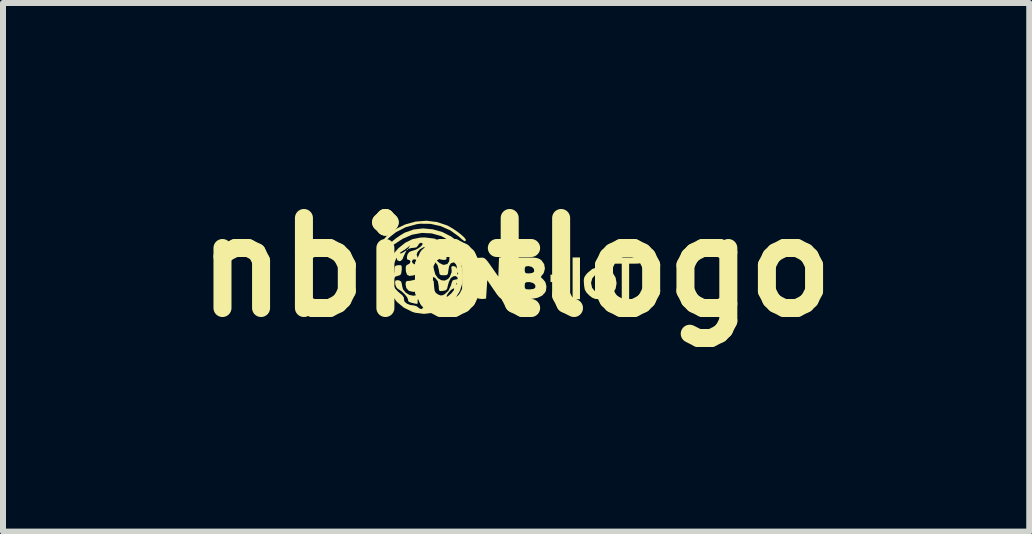
<source format=kicad_pcb>
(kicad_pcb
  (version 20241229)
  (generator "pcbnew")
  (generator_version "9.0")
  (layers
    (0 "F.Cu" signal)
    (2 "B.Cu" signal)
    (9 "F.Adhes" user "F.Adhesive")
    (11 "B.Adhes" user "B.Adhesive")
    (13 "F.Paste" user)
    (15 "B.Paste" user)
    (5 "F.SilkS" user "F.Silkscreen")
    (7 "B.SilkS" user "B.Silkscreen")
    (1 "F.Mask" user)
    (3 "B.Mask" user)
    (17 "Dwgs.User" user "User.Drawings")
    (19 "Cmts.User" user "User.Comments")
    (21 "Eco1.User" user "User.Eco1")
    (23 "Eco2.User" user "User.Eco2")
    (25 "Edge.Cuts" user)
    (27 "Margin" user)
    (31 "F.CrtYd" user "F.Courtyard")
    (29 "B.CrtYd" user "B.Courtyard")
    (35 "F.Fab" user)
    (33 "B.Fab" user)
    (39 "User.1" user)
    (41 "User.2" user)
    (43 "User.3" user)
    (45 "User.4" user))
  (footprint "nbiotlogo"
    (layer "F.Cu")
    (at 5.55 1.404)
    (property "Reference" "nbiotlogo" (at 0 0 0) (layer "F.SilkS") (effects (font (size 1.5 1.5) (thickness 0.3))))
    (attr board_only exclude_from_pos_files exclude_from_bom)
    (fp_poly (pts (xy -1.801 -0.297) (xy -1.811 -0.287) (xy -1.822 -0.297) (xy -1.811 -0.307)) (stroke (width 0) (type solid)) (fill yes) (layer "F.SilkS"))
    (fp_poly (pts (xy 2.149 -0.154) (xy 2.139 -0.143) (xy 2.129 -0.154) (xy 2.139 -0.164)) (stroke (width 0) (type solid)) (fill yes) (layer "F.SilkS"))
    (fp_poly (pts (xy 0.839 0.184) (xy 0.839 0.246) (xy 0.706 0.246) (xy 0.573 0.246) (xy 0.573 0.184) (xy 0.573 0.123) (xy 0.706 0.123) (xy 0.839 0.123)) (stroke (width 0) (type solid)) (fill yes) (layer "F.SilkS"))
    (fp_poly (pts (xy 1.064 0.184) (xy 1.064 0.532) (xy 1.003 0.532) (xy 0.941 0.532) (xy 0.941 0.184) (xy 0.941 -0.164) (xy 1.003 -0.164) (xy 1.064 -0.164)) (stroke (width 0) (type solid)) (fill yes) (layer "F.SilkS"))
    (fp_poly (pts (xy 2.22 -0.148) (xy 2.219 -0.14) (xy 2.202 -0.123) (xy 2.2 -0.123) (xy 2.184 -0.137) (xy 2.182 -0.14) (xy 2.188 -0.155) (xy 2.2 -0.157)) (stroke (width 0) (type solid)) (fill yes) (layer "F.SilkS"))
    (fp_poly (pts (xy 2.088 -0.113) (xy 2.084 -0.082) (xy 2.067 -0.067) (xy 2.026 -0.062) (xy 1.985 -0.061) (xy 1.883 -0.061) (xy 1.883 0.235) (xy 1.883 0.532) (xy 1.822 0.532) (xy 1.76 0.532) (xy 1.76 0.235) (xy 1.76 -0.061) (xy 1.648 -0.061) (xy 1.583 -0.063) (xy 1.55 -0.07) (xy 1.537 -0.087) (xy 1.535 -0.113) (xy 1.535 -0.164) (xy 1.811 -0.164) (xy 2.088 -0.164)) (stroke (width 0) (type solid)) (fill yes) (layer "F.SilkS"))
    (fp_poly (pts (xy -1.389 -0.633) (xy -1.23 -0.588) (xy -1.083 -0.513) (xy -1.003 -0.454) (xy -0.961 -0.415) (xy -0.949 -0.393) (xy -0.963 -0.38) (xy -0.965 -0.379) (xy -1.005 -0.383) (xy -1.066 -0.415) (xy -1.098 -0.437) (xy -1.247 -0.52) (xy -1.407 -0.565) (xy -1.571 -0.573) (xy -1.734 -0.543) (xy -1.891 -0.475) (xy -1.979 -0.417) (xy -2.037 -0.379) (xy -2.074 -0.37) (xy -2.097 -0.387) (xy -2.088 -0.408) (xy -2.052 -0.443) (xy -1.998 -0.486) (xy -1.934 -0.53) (xy -1.87 -0.569) (xy -1.852 -0.579) (xy -1.708 -0.63) (xy -1.551 -0.648)) (stroke (width 0) (type solid)) (fill yes) (layer "F.SilkS"))
    (fp_poly (pts (xy -1.317 -0.754) (xy -1.149 -0.698) (xy -1.126 -0.686) (xy -1.058 -0.647) (xy -0.987 -0.599) (xy -0.921 -0.549) (xy -0.87 -0.503) (xy -0.842 -0.469) (xy -0.839 -0.46) (xy -0.843 -0.437) (xy -0.859 -0.435) (xy -0.892 -0.457) (xy -0.948 -0.506) (xy -0.956 -0.514) (xy -1.096 -0.615) (xy -1.256 -0.686) (xy -1.427 -0.724) (xy -1.601 -0.726) (xy -1.658 -0.718) (xy -1.843 -0.667) (xy -2.002 -0.585) (xy -2.094 -0.513) (xy -2.153 -0.461) (xy -2.189 -0.435) (xy -2.207 -0.434) (xy -2.21 -0.449) (xy -2.197 -0.475) (xy -2.163 -0.514) (xy -2.154 -0.523) (xy -2.011 -0.635) (xy -1.848 -0.714) (xy -1.674 -0.762) (xy -1.494 -0.776)) (stroke (width 0) (type solid)) (fill yes) (layer "F.SilkS"))
    (fp_poly (pts (xy -0.102 0.184) (xy -0.102 0.532) (xy -0.184 0.532) (xy -0.223 0.53) (xy -0.253 0.521) (xy -0.282 0.497) (xy -0.318 0.453) (xy -0.367 0.382) (xy -0.373 0.374) (xy -0.481 0.215) (xy -0.491 0.368) (xy -0.501 0.522) (xy -0.565 0.528) (xy -0.62 0.523) (xy -0.652 0.505) (xy -0.662 0.475) (xy -0.669 0.415) (xy -0.672 0.32) (xy -0.671 0.187) (xy -0.671 0.161) (xy -0.665 -0.154) (xy -0.593 -0.16) (xy -0.558 -0.161) (xy -0.53 -0.153) (xy -0.501 -0.129) (xy -0.465 -0.085) (xy -0.414 -0.013) (xy -0.409 -0.006) (xy -0.297 0.154) (xy -0.291 -0.005) (xy -0.285 -0.164) (xy -0.194 -0.164) (xy -0.102 -0.164)) (stroke (width 0) (type solid)) (fill yes) (layer "F.SilkS"))
    (fp_poly (pts (xy 1.455 -0.005) (xy 1.544 0.03) (xy 1.605 0.083) (xy 1.658 0.173) (xy 1.674 0.266) (xy 1.658 0.355) (xy 1.613 0.433) (xy 1.542 0.492) (xy 1.449 0.527) (xy 1.388 0.532) (xy 1.319 0.527) (xy 1.267 0.506) (xy 1.214 0.464) (xy 1.169 0.417) (xy 1.144 0.37) (xy 1.133 0.307) (xy 1.131 0.283) (xy 1.13 0.266) (xy 1.249 0.266) (xy 1.265 0.34) (xy 1.308 0.393) (xy 1.369 0.421) (xy 1.435 0.42) (xy 1.499 0.387) (xy 1.52 0.366) (xy 1.552 0.299) (xy 1.548 0.225) (xy 1.51 0.158) (xy 1.505 0.153) (xy 1.442 0.112) (xy 1.375 0.107) (xy 1.314 0.132) (xy 1.269 0.183) (xy 1.249 0.256) (xy 1.249 0.266) (xy 1.13 0.266) (xy 1.127 0.215) (xy 1.135 0.169) (xy 1.16 0.128) (xy 1.187 0.096) (xy 1.269 0.028) (xy 1.361 -0.005)) (stroke (width 0) (type solid)) (fill yes) (layer "F.SilkS"))
    (fp_poly (pts (xy 0.258 -0.163) (xy 0.322 -0.159) (xy 0.365 -0.15) (xy 0.397 -0.135) (xy 0.423 -0.115) (xy 0.467 -0.053) (xy 0.48 0.021) (xy 0.461 0.093) (xy 0.44 0.122) (xy 0.415 0.154) (xy 0.419 0.175) (xy 0.446 0.196) (xy 0.487 0.247) (xy 0.505 0.317) (xy 0.497 0.389) (xy 0.482 0.421) (xy 0.432 0.473) (xy 0.358 0.508) (xy 0.255 0.527) (xy 0.134 0.532) (xy -0.041 0.532) (xy -0.041 0.307) (xy 0.143 0.307) (xy 0.146 0.346) (xy 0.164 0.364) (xy 0.207 0.368) (xy 0.226 0.368) (xy 0.292 0.36) (xy 0.32 0.337) (xy 0.319 0.295) (xy 0.284 0.262) (xy 0.226 0.246) (xy 0.212 0.246) (xy 0.165 0.249) (xy 0.147 0.268) (xy 0.143 0.307) (xy -0.041 0.307) (xy -0.041 0.184) (xy -0.041 0.041) (xy 0.143 0.041) (xy 0.147 0.082) (xy 0.167 0.099) (xy 0.216 0.102) (xy 0.274 0.093) (xy 0.3 0.071) (xy 0.298 0.029) (xy 0.265 -0.005) (xy 0.21 -0.02) (xy 0.202 -0.02) (xy 0.16 -0.015) (xy 0.145 0.01) (xy 0.143 0.041) (xy -0.041 0.041) (xy -0.041 -0.164) (xy 0.163 -0.164)) (stroke (width 0) (type solid)) (fill yes) (layer "F.SilkS"))
    (fp_poly (pts (xy -1.365 -0.479) (xy -1.22 -0.423) (xy -1.095 -0.332) (xy -0.993 -0.21) (xy -0.944 -0.123) (xy -0.903 0.002) (xy -0.889 0.141) (xy -0.901 0.279) (xy -0.935 0.391) (xy -1.015 0.522) (xy -1.122 0.629) (xy -1.249 0.709) (xy -1.389 0.759) (xy -1.536 0.776) (xy -1.683 0.757) (xy -1.73 0.742) (xy -1.871 0.672) (xy -1.986 0.577) (xy -2.073 0.461) (xy -2.131 0.331) (xy -2.159 0.192) (xy -2.158 0.151) (xy -2.075 0.151) (xy -2.069 0.173) (xy -2.051 0.165) (xy -2.037 0.126) (xy -2.028 0.066) (xy -2.027 0.031) (xy -2.021 -0.013) (xy -1.995 -0.031) (xy -1.964 -0.035) (xy -1.925 -0.036) (xy -1.908 -0.022) (xy -1.905 0.015) (xy -1.907 0.047) (xy -1.915 0.103) (xy -1.932 0.13) (xy -1.965 0.14) (xy -1.965 0.14) (xy -2.014 0.156) (xy -2.039 0.193) (xy -2.046 0.259) (xy -2.046 0.263) (xy -2.04 0.309) (xy -2.016 0.354) (xy -1.968 0.405) (xy -1.894 0.468) (xy -1.869 0.508) (xy -1.869 0.535) (xy -1.86 0.571) (xy -1.821 0.605) (xy -1.764 0.628) (xy -1.713 0.634) (xy -1.663 0.646) (xy -1.637 0.665) (xy -1.604 0.69) (xy -1.572 0.695) (xy -1.556 0.678) (xy -1.556 0.675) (xy -1.539 0.657) (xy -1.525 0.655) (xy -1.498 0.644) (xy -1.494 0.634) (xy -1.511 0.616) (xy -1.525 0.614) (xy -1.549 0.596) (xy -1.556 0.553) (xy -1.552 0.513) (xy -1.535 0.496) (xy -1.491 0.491) (xy -1.474 0.491) (xy -1.421 0.494) (xy -1.397 0.507) (xy -1.392 0.538) (xy -1.392 0.541) (xy -1.405 0.589) (xy -1.428 0.613) (xy -1.452 0.632) (xy -1.44 0.65) (xy -1.433 0.654) (xy -1.391 0.673) (xy -1.359 0.671) (xy -1.351 0.657) (xy -1.333 0.64) (xy -1.295 0.625) (xy -1.233 0.603) (xy -1.18 0.572) (xy -1.15 0.542) (xy -1.146 0.53) (xy -1.16 0.527) (xy -1.193 0.546) (xy -1.2 0.551) (xy -1.254 0.584) (xy -1.297 0.594) (xy -1.32 0.581) (xy -1.32 0.551) (xy -1.323 0.501) (xy -1.334 0.485) (xy -1.159 0.485) (xy -1.152 0.491) (xy -1.129 0.477) (xy -1.09 0.443) (xy -1.076 0.429) (xy -1.041 0.386) (xy -1.031 0.358) (xy -1.044 0.351) (xy -1.078 0.373) (xy -1.087 0.38) (xy -1.124 0.42) (xy -1.15 0.458) (xy -1.159 0.485) (xy -1.334 0.485) (xy -1.356 0.454) (xy -1.41 0.42) (xy -1.465 0.409) (xy -1.534 0.423) (xy -1.593 0.459) (xy -1.633 0.509) (xy -1.643 0.562) (xy -1.642 0.563) (xy -1.639 0.6) (xy -1.656 0.609) (xy -1.691 0.603) (xy -1.754 0.588) (xy -1.787 0.574) (xy -1.8 0.556) (xy -1.801 0.537) (xy -1.816 0.5) (xy -1.853 0.453) (xy -1.902 0.405) (xy -1.95 0.371) (xy -1.967 0.363) (xy -1.993 0.337) (xy -2.012 0.291) (xy -2.017 0.245) (xy -2.009 0.221) (xy -1.98 0.214) (xy -1.949 0.218) (xy -1.916 0.237) (xy -1.904 0.28) (xy -1.903 0.295) (xy -1.886 0.364) (xy -1.842 0.42) (xy -1.781 0.459) (xy -1.712 0.474) (xy -1.647 0.461) (xy -1.619 0.442) (xy -1.586 0.388) (xy -1.572 0.32) (xy -1.566 0.235) (xy -1.47 0.229) (xy -1.374 0.223) (xy -1.367 0.321) (xy -1.359 0.385) (xy -1.341 0.423) (xy -1.305 0.45) (xy -1.305 0.45) (xy -1.26 0.469) (xy -1.224 0.465) (xy -1.193 0.45) (xy -1.127 0.39) (xy -1.084 0.296) (xy -1.079 0.276) (xy -1.003 0.276) (xy -0.993 0.287) (xy -0.982 0.276) (xy -0.993 0.266) (xy -1.003 0.276) (xy -1.079 0.276) (xy -1.075 0.261) (xy -1.057 0.218) (xy -1.019 0.205) (xy -1.013 0.205) (xy -0.977 0.198) (xy -0.975 0.174) (xy -1.003 0.147) (xy -1.044 0.149) (xy -1.086 0.178) (xy -1.094 0.189) (xy -1.12 0.242) (xy -1.138 0.306) (xy -1.139 0.31) (xy -1.151 0.361) (xy -1.176 0.384) (xy -1.22 0.393) (xy -1.265 0.396) (xy -1.284 0.384) (xy -1.289 0.346) (xy -1.289 0.32) (xy -1.304 0.234) (xy -1.349 0.176) (xy -1.422 0.147) (xy -1.471 0.143) (xy -1.561 0.157) (xy -1.622 0.198) (xy -1.653 0.267) (xy -1.658 0.321) (xy -1.66 0.376) (xy -1.671 0.402) (xy -1.699 0.409) (xy -1.718 0.409) (xy -1.787 0.393) (xy -1.83 0.346) (xy -1.842 0.285) (xy -1.838 0.245) (xy -1.818 0.228) (xy -1.769 0.225) (xy -1.769 0.225) (xy -1.693 0.209) (xy -1.633 0.165) (xy -1.592 0.103) (xy -1.574 0.034) (xy -1.583 -0.036) (xy -1.623 -0.095) (xy -1.631 -0.101) (xy -1.685 -0.133) (xy -1.72 -0.129) (xy -1.736 -0.098) (xy -1.724 -0.068) (xy -1.7 -0.056) (xy -1.672 -0.04) (xy -1.66 -0.003) (xy -1.658 0.039) (xy -1.662 0.094) (xy -1.677 0.122) (xy -1.707 0.134) (xy -1.775 0.144) (xy -1.815 0.126) (xy -1.835 0.077) (xy -1.838 0.049) (xy -1.839 -0.007) (xy -1.827 -0.035) (xy -1.802 -0.047) (xy -1.771 -0.067) (xy -1.761 -0.096) (xy -1.774 -0.119) (xy -1.791 -0.123) (xy -1.816 -0.133) (xy -1.82 -0.169) (xy -1.811 -0.209) (xy -1.658 -0.209) (xy -1.639 -0.159) (xy -1.591 -0.112) (xy -1.523 -0.076) (xy -1.468 -0.063) (xy -1.414 -0.053) (xy -1.387 -0.035) (xy -1.375 0.003) (xy -1.369 0.039) (xy -1.345 0.121) (xy -1.302 0.181) (xy -1.248 0.215) (xy -1.19 0.221) (xy -1.135 0.195) (xy -1.105 0.159) (xy -1.083 0.102) (xy -0.982 0.102) (xy -0.975 0.119) (xy -0.969 0.116) (xy -0.966 0.092) (xy -0.969 0.089) (xy -0.981 0.092) (xy -0.982 0.102) (xy -1.083 0.102) (xy -1.074 0.081) (xy -1.076 0.036) (xy -1.08 -0.005) (xy -1.062 -0.019) (xy -1.045 -0.02) (xy -1.011 -0.011) (xy -1.003 0.003) (xy -0.997 0.02) (xy -0.993 0.018) (xy -0.988 -0.012) (xy -1.003 -0.05) (xy -1.03 -0.078) (xy -1.044 -0.082) (xy -1.089 -0.066) (xy -1.117 -0.018) (xy -1.129 0.051) (xy -1.136 0.104) (xy -1.152 0.127) (xy -1.189 0.133) (xy -1.208 0.133) (xy -1.254 0.13) (xy -1.275 0.114) (xy -1.284 0.072) (xy -1.286 0.051) (xy -1.309 -0.037) (xy -1.361 -0.102) (xy -1.433 -0.138) (xy -1.476 -0.143) (xy -1.536 -0.147) (xy -1.563 -0.165) (xy -1.566 -0.206) (xy -1.561 -0.23) (xy -1.549 -0.267) (xy -1.523 -0.283) (xy -1.471 -0.287) (xy -1.42 -0.284) (xy -1.397 -0.27) (xy -1.392 -0.237) (xy -1.392 -0.233) (xy -1.375 -0.18) (xy -1.334 -0.123) (xy -1.279 -0.073) (xy -1.223 -0.044) (xy -1.202 -0.041) (xy -1.146 -0.055) (xy -1.116 -0.099) (xy -1.11 -0.174) (xy -1.127 -0.244) (xy -1.161 -0.281) (xy -1.206 -0.303) (xy -1.233 -0.301) (xy -1.235 -0.281) (xy -1.214 -0.255) (xy -1.178 -0.208) (xy -1.161 -0.169) (xy -1.159 -0.137) (xy -1.178 -0.125) (xy -1.218 -0.123) (xy -1.274 -0.134) (xy -1.303 -0.17) (xy -1.31 -0.225) (xy -1.298 -0.261) (xy -1.284 -0.271) (xy -1.279 -0.29) (xy -1.307 -0.33) (xy -1.32 -0.344) (xy -1.369 -0.392) (xy -1.398 -0.407) (xy -1.411 -0.391) (xy -1.412 -0.373) (xy -1.42 -0.348) (xy -1.452 -0.341) (xy -1.479 -0.344) (xy -1.541 -0.335) (xy -1.6 -0.302) (xy -1.643 -0.255) (xy -1.658 -0.209) (xy -1.811 -0.209) (xy -1.809 -0.218) (xy -1.779 -0.257) (xy -1.73 -0.275) (xy -1.674 -0.292) (xy -1.623 -0.32) (xy -1.583 -0.352) (xy -1.56 -0.381) (xy -1.562 -0.402) (xy -1.588 -0.409) (xy -1.619 -0.392) (xy -1.631 -0.368) (xy -1.659 -0.334) (xy -1.689 -0.327) (xy -1.745 -0.321) (xy -1.774 -0.313) (xy -1.799 -0.306) (xy -1.795 -0.32) (xy -1.781 -0.339) (xy -1.765 -0.362) (xy -1.774 -0.358) (xy -1.802 -0.335) (xy -1.854 -0.295) (xy -1.9 -0.267) (xy -1.931 -0.245) (xy -1.937 -0.231) (xy -1.913 -0.233) (xy -1.874 -0.253) (xy -1.824 -0.286) (xy -1.852 -0.23) (xy -1.877 -0.177) (xy -1.892 -0.138) (xy -1.918 -0.109) (xy -1.944 -0.102) (xy -1.979 -0.117) (xy -1.987 -0.138) (xy -1.99 -0.16) (xy -2 -0.145) (xy -2.005 -0.133) (xy -2.035 -0.059) (xy -2.048 -0.01) (xy -2.049 0.022) (xy -2.053 0.065) (xy -2.066 0.109) (xy -2.075 0.151) (xy -2.158 0.151) (xy -2.155 0.051) (xy -2.119 -0.088) (xy -2.049 -0.219) (xy -1.962 -0.318) (xy -1.846 -0.41) (xy -1.729 -0.468) (xy -1.599 -0.495) (xy -1.524 -0.498)) (stroke (width 0) (type solid)) (fill yes) (layer "F.SilkS")))
  (gr_rect
    (start -3 -3)
    (end 14.1 5.808)
    (stroke (width 0.1) (type default))
    (fill no)
    (layer "Edge.Cuts")))
</source>
